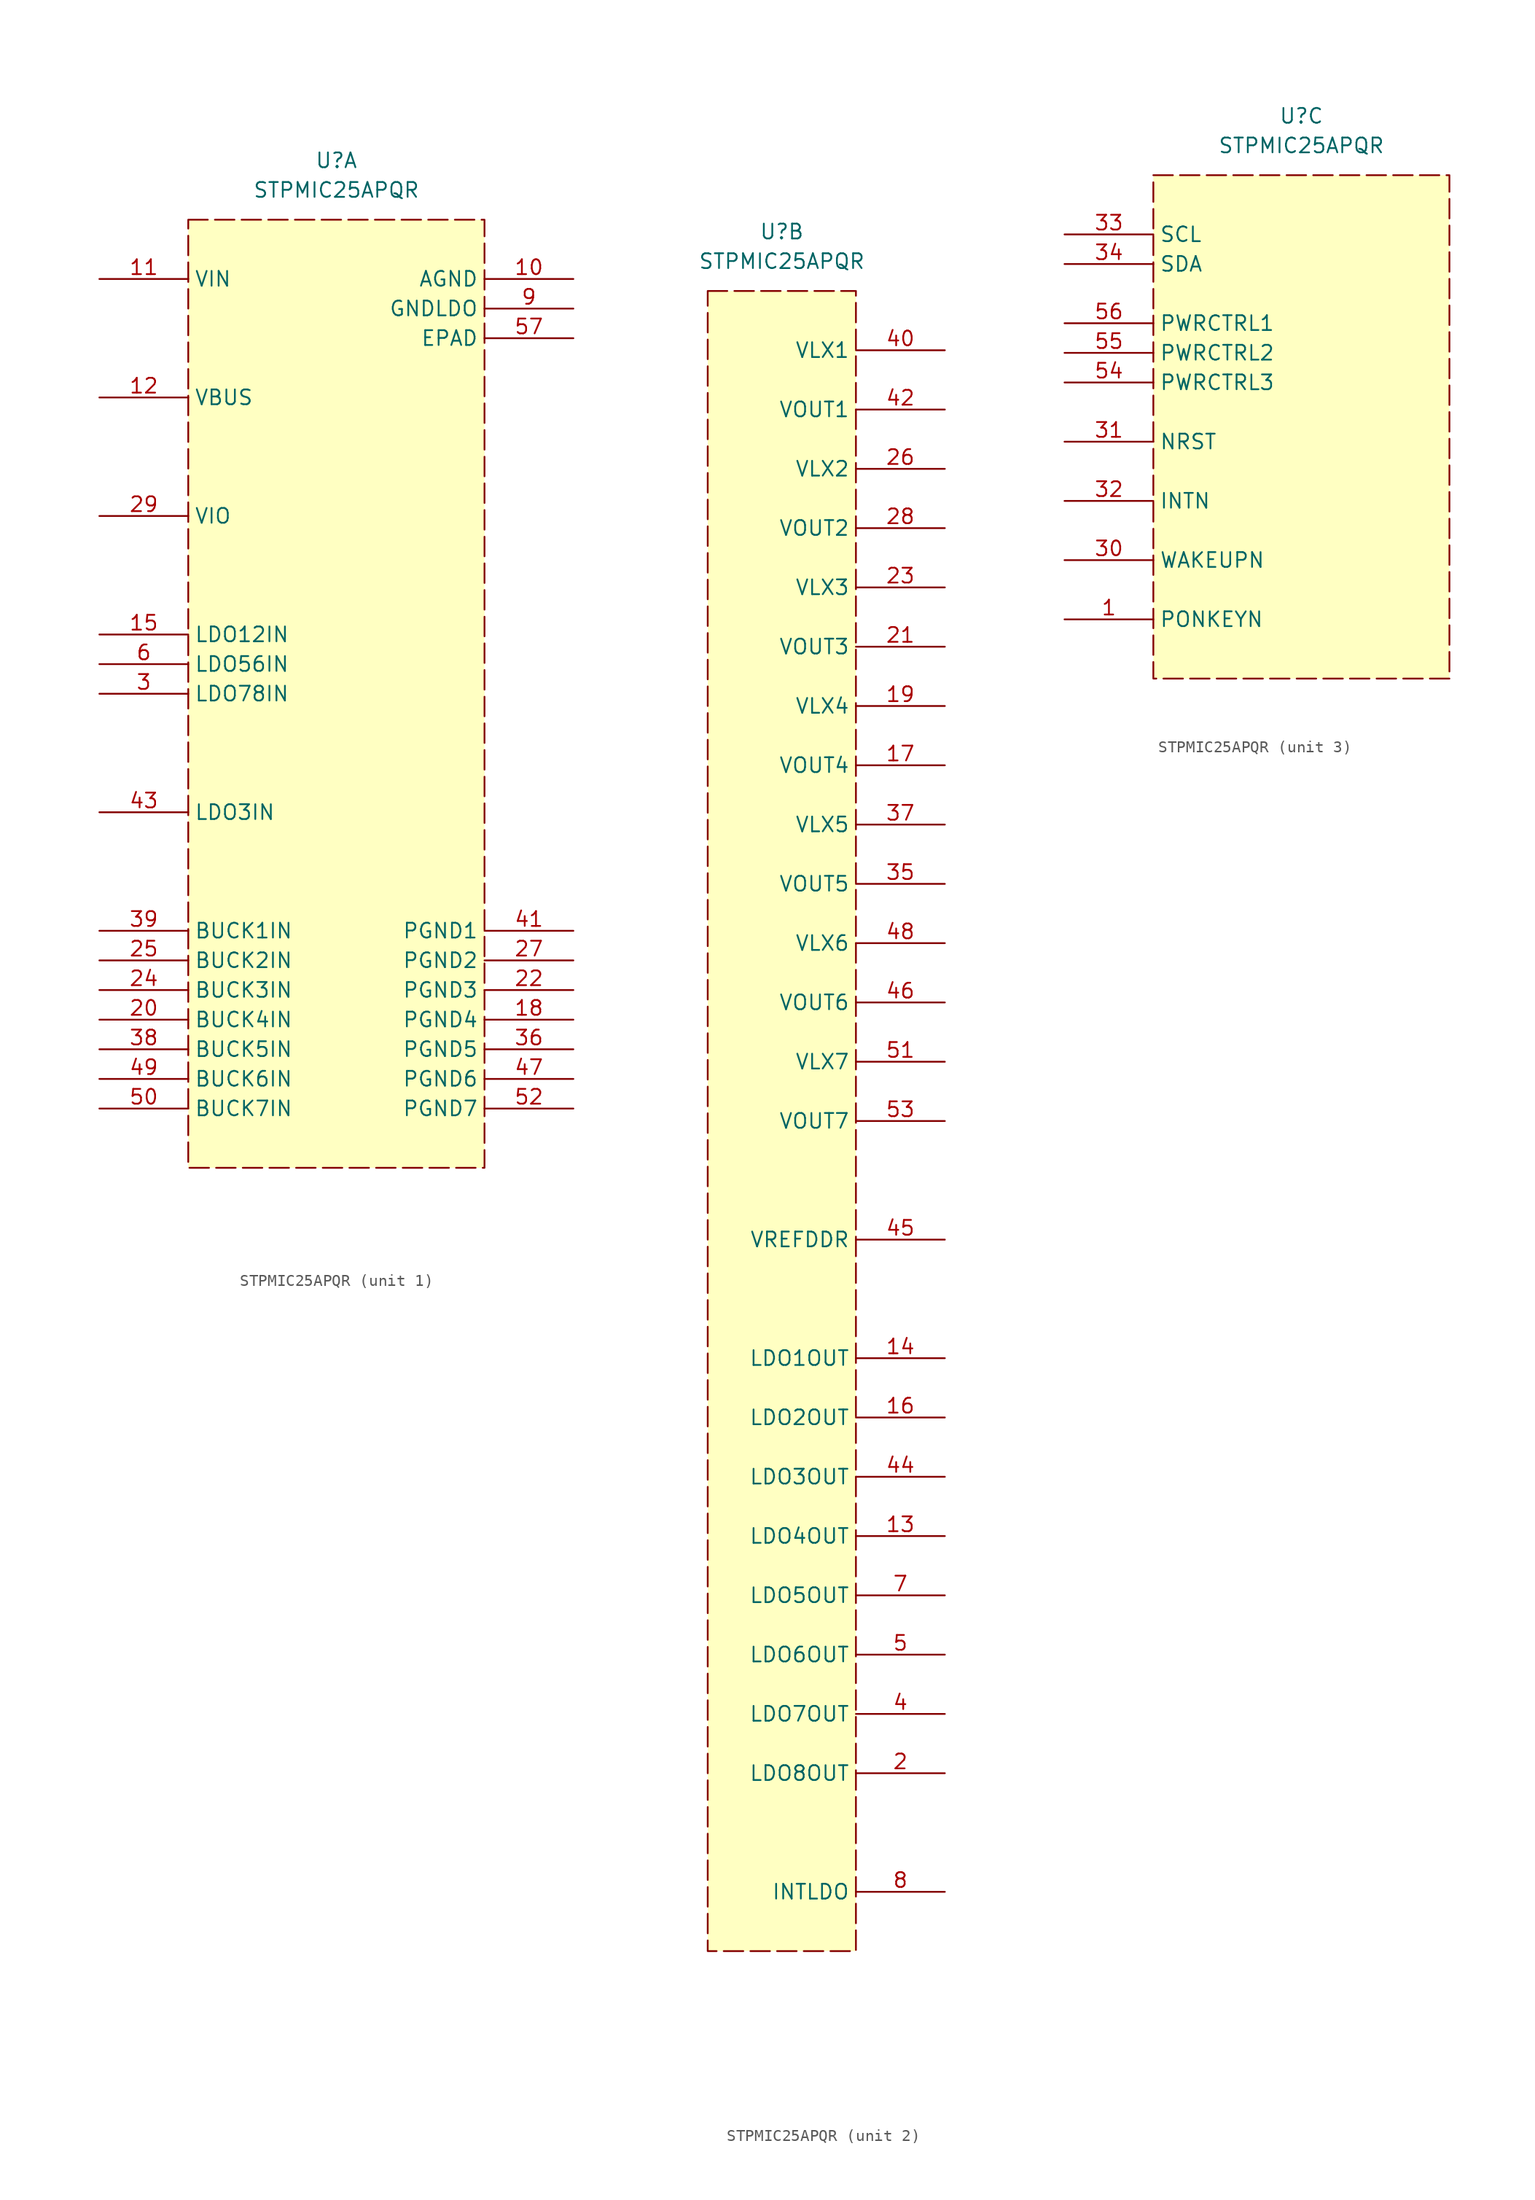
<source format=kicad_sym>
(kicad_symbol_lib
  (version 20241209)
  (generator "kicad_symbol_editor")
  (generator_version "9.0")
  (symbol "STPMIC25APQR"
    (property "Reference" "U"
      (at 12.7 10.16 0)
      (effects (font (size 1.27 1.27))))
    (property "Value" "STPMIC25APQR"
      (at 12.7 7.62 0)
      (effects (font (size 1.27 1.27))))
    (property "ki_locked" ""
      (at 0 0 0)
      (effects (font (size 1.27 1.27))))
    (symbol "STPMIC25APQR_1_1"
      (rectangle (start 0 5.08) (end 25.4 -76.2) (stroke (width 0) (type dash)) (fill (type background)))
      (pin power_in line (at -7.62 0 0) (length 7.62) (name "VIN" (effects (font (size 1.27 1.27)))) (number "11" (effects (font (size 1.27 1.27)))))
      (pin power_in line (at -7.62 -10.16 0) (length 7.62) (name "VBUS" (effects (font (size 1.27 1.27)))) (number "12" (effects (font (size 1.27 1.27)))))
      (pin power_in line (at -7.62 -20.32 0) (length 7.62) (name "VIO" (effects (font (size 1.27 1.27)))) (number "29" (effects (font (size 1.27 1.27)))))
      (pin power_in line (at -7.62 -30.48 0) (length 7.62) (name "LDO12IN" (effects (font (size 1.27 1.27)))) (number "15" (effects (font (size 1.27 1.27)))))
      (pin power_in line (at -7.62 -33.02 0) (length 7.62) (name "LDO56IN" (effects (font (size 1.27 1.27)))) (number "6" (effects (font (size 1.27 1.27)))))
      (pin power_in line (at -7.62 -35.56 0) (length 7.62) (name "LDO78IN" (effects (font (size 1.27 1.27)))) (number "3" (effects (font (size 1.27 1.27)))))
      (pin power_in line (at -7.62 -45.72 0) (length 7.62) (name "LDO3IN" (effects (font (size 1.27 1.27)))) (number "43" (effects (font (size 1.27 1.27)))))
      (pin power_in line (at -7.62 -55.88 0) (length 7.62) (name "BUCK1IN" (effects (font (size 1.27 1.27)))) (number "39" (effects (font (size 1.27 1.27)))))
      (pin power_in line (at -7.62 -58.42 0) (length 7.62) (name "BUCK2IN" (effects (font (size 1.27 1.27)))) (number "25" (effects (font (size 1.27 1.27)))))
      (pin power_in line (at -7.62 -60.96 0) (length 7.62) (name "BUCK3IN" (effects (font (size 1.27 1.27)))) (number "24" (effects (font (size 1.27 1.27)))))
      (pin power_in line (at -7.62 -63.5 0) (length 7.62) (name "BUCK4IN" (effects (font (size 1.27 1.27)))) (number "20" (effects (font (size 1.27 1.27)))))
      (pin power_in line (at -7.62 -66.04 0) (length 7.62) (name "BUCK5IN" (effects (font (size 1.27 1.27)))) (number "38" (effects (font (size 1.27 1.27)))))
      (pin power_in line (at -7.62 -68.58 0) (length 7.62) (name "BUCK6IN" (effects (font (size 1.27 1.27)))) (number "49" (effects (font (size 1.27 1.27)))))
      (pin power_in line (at -7.62 -71.12 0) (length 7.62) (name "BUCK7IN" (effects (font (size 1.27 1.27)))) (number "50" (effects (font (size 1.27 1.27)))))
      (pin power_in line (at 33.02 0 180) (length 7.62) (name "AGND" (effects (font (size 1.27 1.27)))) (number "10" (effects (font (size 1.27 1.27)))))
      (pin power_in line (at 33.02 -2.54 180) (length 7.62) (name "GNDLDO" (effects (font (size 1.27 1.27)))) (number "9" (effects (font (size 1.27 1.27)))))
      (pin power_in line (at 33.02 -5.08 180) (length 7.62) (name "EPAD" (effects (font (size 1.27 1.27)))) (number "57" (effects (font (size 1.27 1.27)))))
      (pin power_in line (at 33.02 -55.88 180) (length 7.62) (name "PGND1" (effects (font (size 1.27 1.27)))) (number "41" (effects (font (size 1.27 1.27)))))
      (pin power_in line (at 33.02 -58.42 180) (length 7.62) (name "PGND2" (effects (font (size 1.27 1.27)))) (number "27" (effects (font (size 1.27 1.27)))))
      (pin power_in line (at 33.02 -60.96 180) (length 7.62) (name "PGND3" (effects (font (size 1.27 1.27)))) (number "22" (effects (font (size 1.27 1.27)))))
      (pin power_in line (at 33.02 -63.5 180) (length 7.62) (name "PGND4" (effects (font (size 1.27 1.27)))) (number "18" (effects (font (size 1.27 1.27)))))
      (pin power_in line (at 33.02 -66.04 180) (length 7.62) (name "PGND5" (effects (font (size 1.27 1.27)))) (number "36" (effects (font (size 1.27 1.27)))))
      (pin power_in line (at 33.02 -68.58 180) (length 7.62) (name "PGND6" (effects (font (size 1.27 1.27)))) (number "47" (effects (font (size 1.27 1.27)))))
      (pin power_in line (at 33.02 -71.12 180) (length 7.62) (name "PGND7" (effects (font (size 1.27 1.27)))) (number "52" (effects (font (size 1.27 1.27))))))
    (symbol "STPMIC25APQR_2_1"
      (rectangle (start 6.35 5.08) (end 19.05 -137.16) (stroke (width 0) (type dash)) (fill (type background)))
      (pin power_out line (at 26.67 0 180) (length 7.62) (name "VLX1" (effects (font (size 1.27 1.27)))) (number "40" (effects (font (size 1.27 1.27)))))
      (pin input line (at 26.67 -5.08 180) (length 7.62) (name "VOUT1" (effects (font (size 1.27 1.27)))) (number "42" (effects (font (size 1.27 1.27)))))
      (pin power_out line (at 26.67 -10.16 180) (length 7.62) (name "VLX2" (effects (font (size 1.27 1.27)))) (number "26" (effects (font (size 1.27 1.27)))))
      (pin input line (at 26.67 -15.24 180) (length 7.62) (name "VOUT2" (effects (font (size 1.27 1.27)))) (number "28" (effects (font (size 1.27 1.27)))))
      (pin power_out line (at 26.67 -20.32 180) (length 7.62) (name "VLX3" (effects (font (size 1.27 1.27)))) (number "23" (effects (font (size 1.27 1.27)))))
      (pin input line (at 26.67 -25.4 180) (length 7.62) (name "VOUT3" (effects (font (size 1.27 1.27)))) (number "21" (effects (font (size 1.27 1.27)))))
      (pin power_out line (at 26.67 -30.48 180) (length 7.62) (name "VLX4" (effects (font (size 1.27 1.27)))) (number "19" (effects (font (size 1.27 1.27)))))
      (pin input line (at 26.67 -35.56 180) (length 7.62) (name "VOUT4" (effects (font (size 1.27 1.27)))) (number "17" (effects (font (size 1.27 1.27)))))
      (pin power_out line (at 26.67 -40.64 180) (length 7.62) (name "VLX5" (effects (font (size 1.27 1.27)))) (number "37" (effects (font (size 1.27 1.27)))))
      (pin input line (at 26.67 -45.72 180) (length 7.62) (name "VOUT5" (effects (font (size 1.27 1.27)))) (number "35" (effects (font (size 1.27 1.27)))))
      (pin power_out line (at 26.67 -50.8 180) (length 7.62) (name "VLX6" (effects (font (size 1.27 1.27)))) (number "48" (effects (font (size 1.27 1.27)))))
      (pin input line (at 26.67 -55.88 180) (length 7.62) (name "VOUT6" (effects (font (size 1.27 1.27)))) (number "46" (effects (font (size 1.27 1.27)))))
      (pin power_out line (at 26.67 -60.96 180) (length 7.62) (name "VLX7" (effects (font (size 1.27 1.27)))) (number "51" (effects (font (size 1.27 1.27)))))
      (pin input line (at 26.67 -66.04 180) (length 7.62) (name "VOUT7" (effects (font (size 1.27 1.27)))) (number "53" (effects (font (size 1.27 1.27)))))
      (pin power_out line (at 26.67 -76.2 180) (length 7.62) (name "VREFDDR" (effects (font (size 1.27 1.27)))) (number "45" (effects (font (size 1.27 1.27)))))
      (pin power_out line (at 26.67 -86.36 180) (length 7.62) (name "LDO1OUT" (effects (font (size 1.27 1.27)))) (number "14" (effects (font (size 1.27 1.27)))))
      (pin power_out line (at 26.67 -91.44 180) (length 7.62) (name "LDO2OUT" (effects (font (size 1.27 1.27)))) (number "16" (effects (font (size 1.27 1.27)))))
      (pin power_out line (at 26.67 -96.52 180) (length 7.62) (name "LDO3OUT" (effects (font (size 1.27 1.27)))) (number "44" (effects (font (size 1.27 1.27)))))
      (pin power_out line (at 26.67 -101.6 180) (length 7.62) (name "LDO4OUT" (effects (font (size 1.27 1.27)))) (number "13" (effects (font (size 1.27 1.27)))))
      (pin power_out line (at 26.67 -106.68 180) (length 7.62) (name "LDO5OUT" (effects (font (size 1.27 1.27)))) (number "7" (effects (font (size 1.27 1.27)))))
      (pin power_out line (at 26.67 -111.76 180) (length 7.62) (name "LDO6OUT" (effects (font (size 1.27 1.27)))) (number "5" (effects (font (size 1.27 1.27)))))
      (pin power_out line (at 26.67 -116.84 180) (length 7.62) (name "LDO7OUT" (effects (font (size 1.27 1.27)))) (number "4" (effects (font (size 1.27 1.27)))))
      (pin power_out line (at 26.67 -121.92 180) (length 7.62) (name "LDO8OUT" (effects (font (size 1.27 1.27)))) (number "2" (effects (font (size 1.27 1.27)))))
      (pin passive line (at 26.67 -132.08 180) (length 7.62) (name "INTLDO" (effects (font (size 1.27 1.27)))) (number "8" (effects (font (size 1.27 1.27))))))
    (symbol "STPMIC25APQR_3_1"
      (rectangle (start 0 5.08) (end 25.4 -38.1) (stroke (width 0) (type dash)) (fill (type background)))
      (pin input line (at -7.62 0 0) (length 7.62) (name "SCL" (effects (font (size 1.27 1.27)))) (number "33" (effects (font (size 1.27 1.27)))))
      (pin bidirectional line (at -7.62 -2.54 0) (length 7.62) (name "SDA" (effects (font (size 1.27 1.27)))) (number "34" (effects (font (size 1.27 1.27)))))
      (pin input line (at -7.62 -7.62 0) (length 7.62) (name "PWRCTRL1" (effects (font (size 1.27 1.27)))) (number "56" (effects (font (size 1.27 1.27)))))
      (pin input line (at -7.62 -10.16 0) (length 7.62) (name "PWRCTRL2" (effects (font (size 1.27 1.27)))) (number "55" (effects (font (size 1.27 1.27)))))
      (pin input line (at -7.62 -12.7 0) (length 7.62) (name "PWRCTRL3" (effects (font (size 1.27 1.27)))) (number "54" (effects (font (size 1.27 1.27)))))
      (pin bidirectional line (at -7.62 -17.78 0) (length 7.62) (name "NRST" (effects (font (size 1.27 1.27)))) (number "31" (effects (font (size 1.27 1.27)))))
      (pin output line (at -7.62 -22.86 0) (length 7.62) (name "INTN" (effects (font (size 1.27 1.27)))) (number "32" (effects (font (size 1.27 1.27)))))
      (pin input line (at -7.62 -27.94 0) (length 7.62) (name "WAKEUPN" (effects (font (size 1.27 1.27)))) (number "30" (effects (font (size 1.27 1.27)))))
      (pin input line (at -7.62 -33.02 0) (length 7.62) (name "PONKEYN" (effects (font (size 1.27 1.27)))) (number "1" (effects (font (size 1.27 1.27))))))))
</source>
